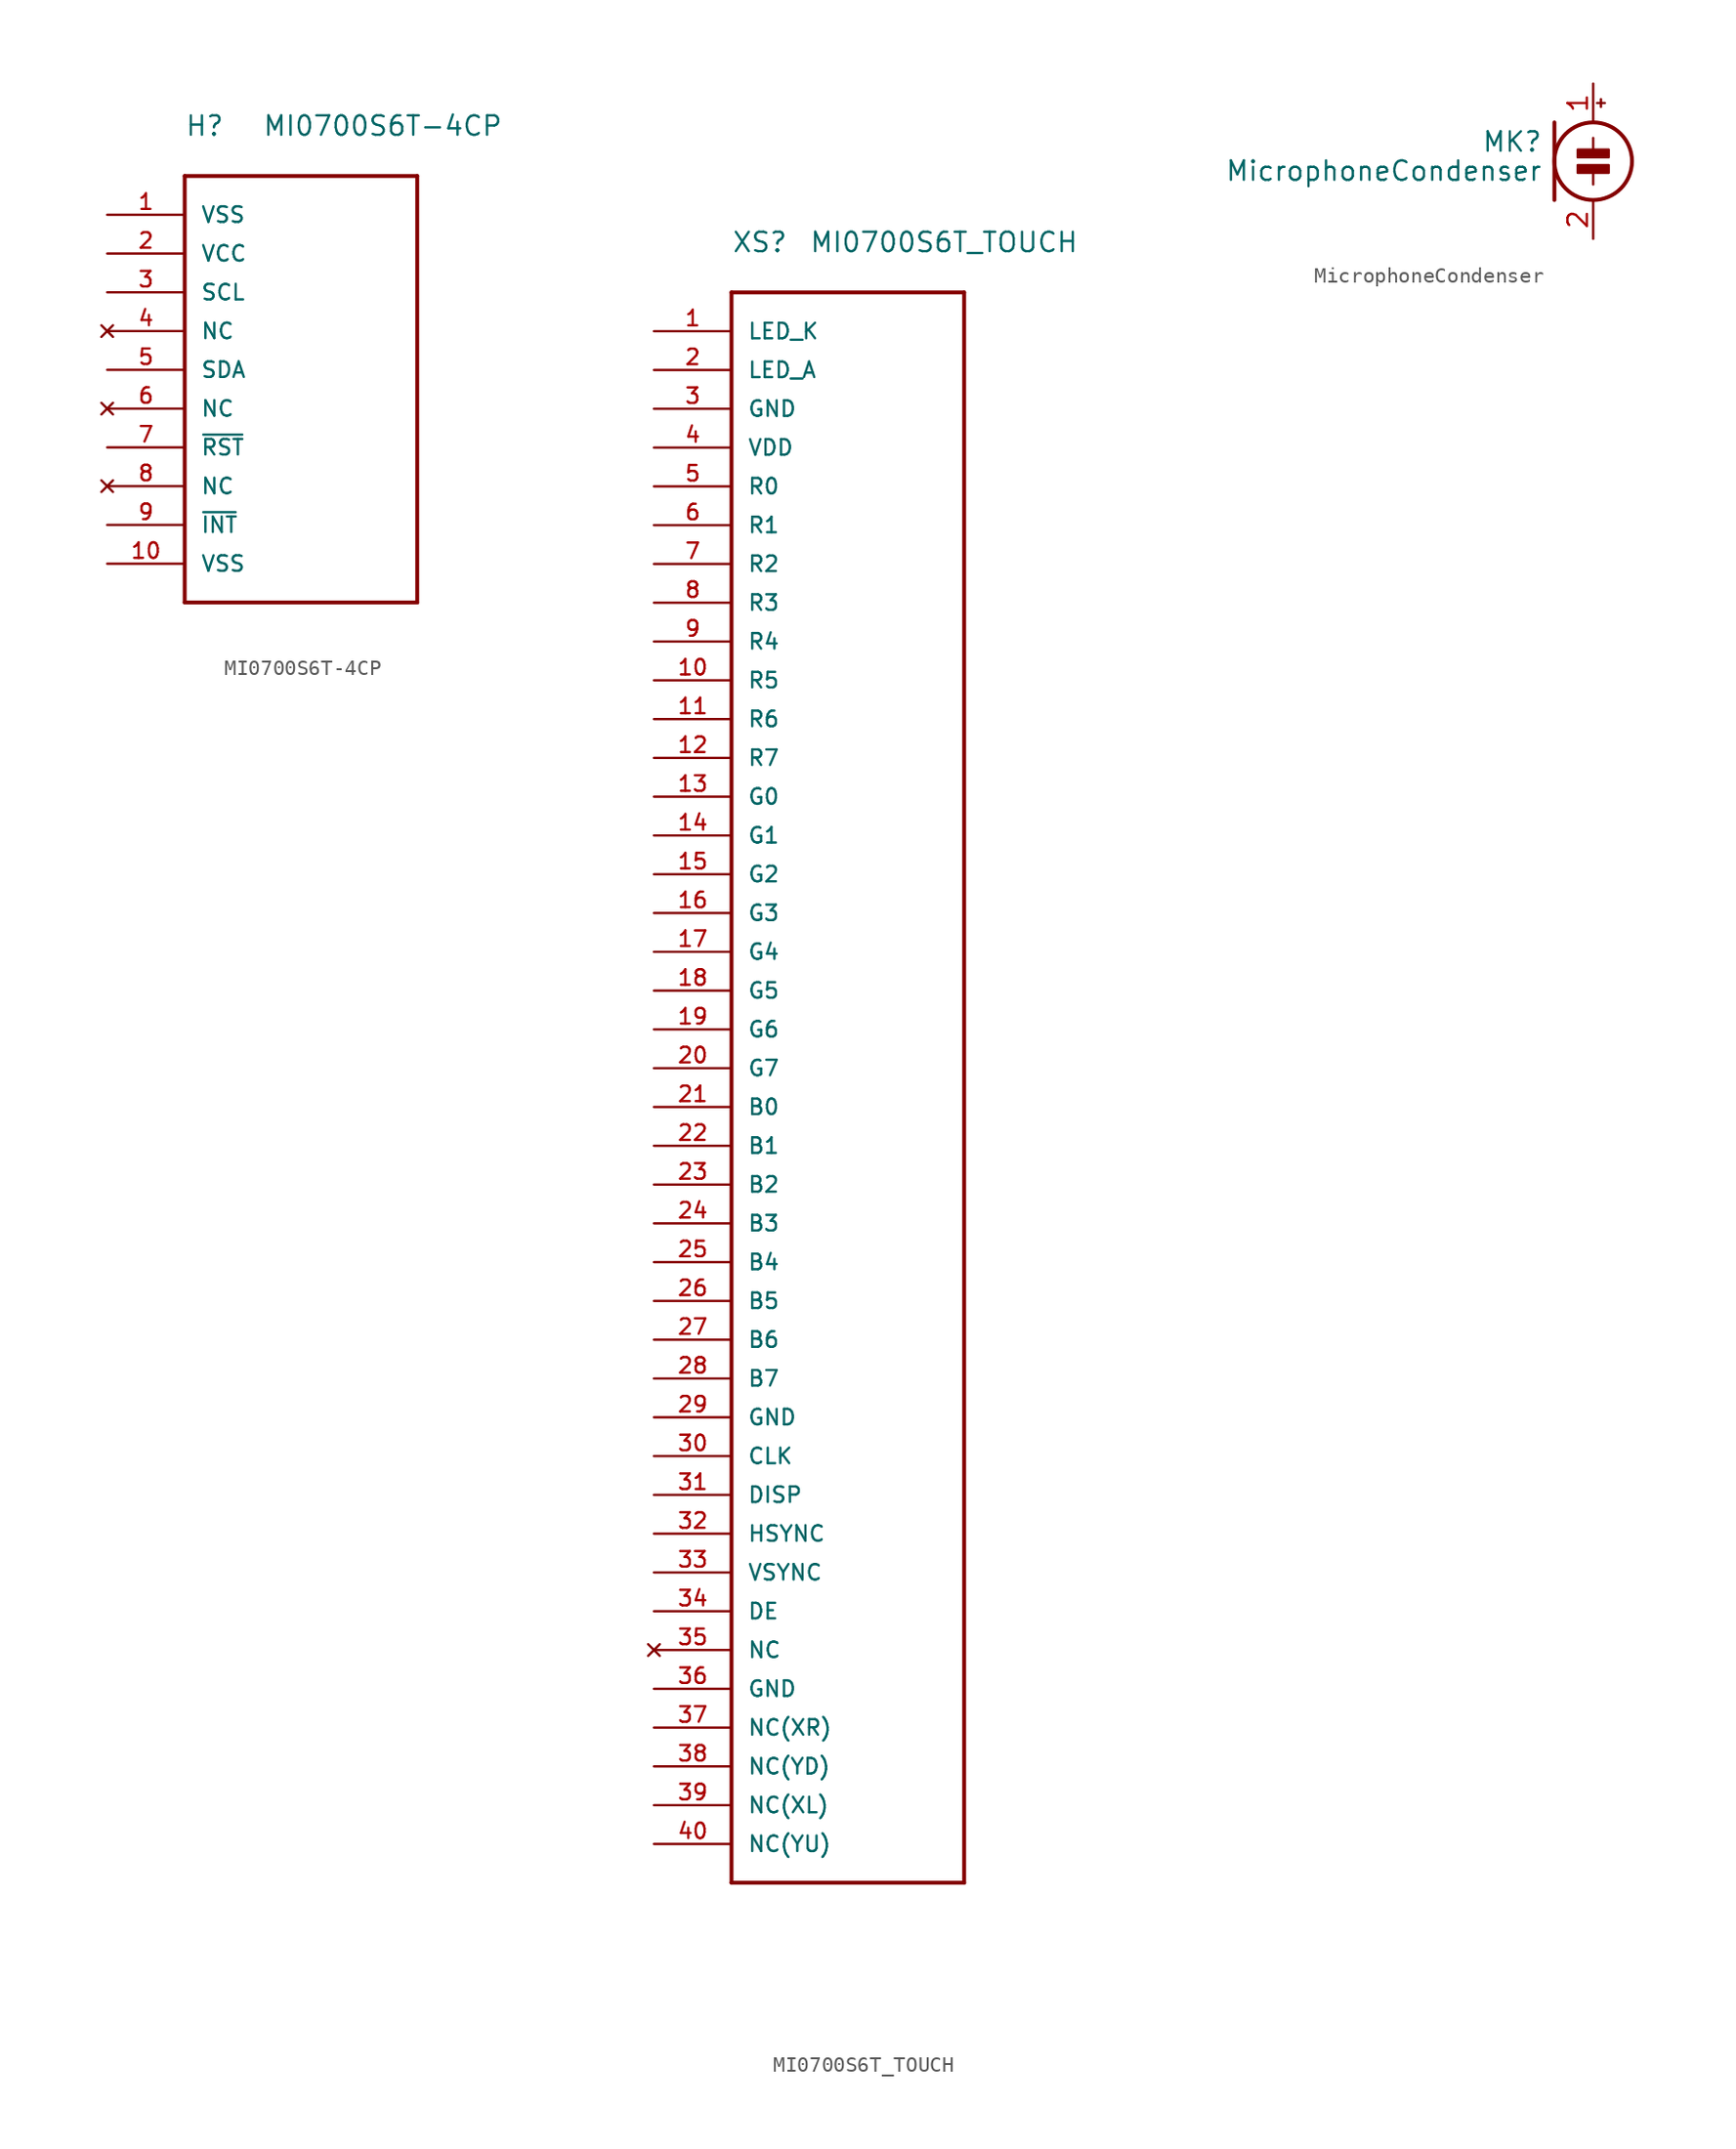
<source format=kicad_sym>
(kicad_symbol_lib
  (version 20220914)
  (generator kicad_symbol_editor)
  (symbol "MI0700S6T-4CP"
    (pin_names
      (offset 1.016))
    (property "Reference" "H"
      (at 0 2.54 0)
      (effects (font (size 1.27 1.27)) (justify left bottom)))
    (property "Value" "MI0700S6T-4CP"
      (at 5.08 2.54 0)
      (effects (font (size 1.27 1.27)) (justify left bottom)))
    (symbol "MI0700S6T-4CP_1_0"
      (polyline (pts (xy 0 -27.94) (xy 0 0)) (stroke (width 0.254) (type solid)) (fill (type none)))
      (polyline (pts (xy 0 0) (xy 15.24 0)) (stroke (width 0.254) (type solid)) (fill (type none)))
      (polyline (pts (xy 15.24 -27.94) (xy 0 -27.94)) (stroke (width 0.254) (type solid)) (fill (type none)))
      (polyline (pts (xy 15.24 0) (xy 15.24 -27.94)) (stroke (width 0.254) (type solid)) (fill (type none)))
      (pin power_in line (at -5.08 -2.54 0) (length 5.08) (name "VSS" (effects (font (size 1.016 1.016)))) (number "1" (effects (font (size 1.016 1.016)))))
      (pin power_in line (at -5.08 -25.4 0) (length 5.08) (name "VSS" (effects (font (size 1.016 1.016)))) (number "10" (effects (font (size 1.016 1.016)))))
      (pin power_in line (at -5.08 -5.08 0) (length 5.08) (name "VCC" (effects (font (size 1.016 1.016)))) (number "2" (effects (font (size 1.016 1.016)))))
      (pin input line (at -5.08 -7.62 0) (length 5.08) (name "SCL" (effects (font (size 1.016 1.016)))) (number "3" (effects (font (size 1.016 1.016)))))
      (pin no_connect line (at -5.08 -10.16 0) (length 5.08) (name "NC" (effects (font (size 1.016 1.016)))) (number "4" (effects (font (size 1.016 1.016)))))
      (pin bidirectional line (at -5.08 -12.7 0) (length 5.08) (name "SDA" (effects (font (size 1.016 1.016)))) (number "5" (effects (font (size 1.016 1.016)))))
      (pin no_connect line (at -5.08 -15.24 0) (length 5.08) (name "NC" (effects (font (size 1.016 1.016)))) (number "6" (effects (font (size 1.016 1.016)))))
      (pin input line (at -5.08 -17.78 0) (length 5.08) (name "~{RST}" (effects (font (size 1.016 1.016)))) (number "7" (effects (font (size 1.016 1.016)))))
      (pin no_connect line (at -5.08 -20.32 0) (length 5.08) (name "NC" (effects (font (size 1.016 1.016)))) (number "8" (effects (font (size 1.016 1.016)))))
      (pin input line (at -5.08 -22.86 0) (length 5.08) (name "~{INT}" (effects (font (size 1.016 1.016)))) (number "9" (effects (font (size 1.016 1.016)))))))
  (symbol "MI0700S6T_TOUCH"
    (pin_names
      (offset 1.016))
    (property "Reference" "XS"
      (at 0 2.54 0)
      (effects (font (size 1.27 1.27)) (justify left bottom)))
    (property "Value" "MI0700S6T_TOUCH"
      (at 5.08 2.54 0)
      (effects (font (size 1.27 1.27)) (justify left bottom)))
    (symbol "MI0700S6T_TOUCH_1_0"
      (polyline (pts (xy 0 -104.14) (xy 0 0)) (stroke (width 0.254) (type solid)) (fill (type none)))
      (polyline (pts (xy 0 0) (xy 15.24 0)) (stroke (width 0.254) (type solid)) (fill (type none)))
      (polyline (pts (xy 15.24 -104.14) (xy 0 -104.14)) (stroke (width 0.254) (type solid)) (fill (type none)))
      (polyline (pts (xy 15.24 0) (xy 15.24 -104.14)) (stroke (width 0.254) (type solid)) (fill (type none)))
      (pin power_in line (at -5.08 -2.54 0) (length 5.08) (name "LED_K" (effects (font (size 1.016 1.016)))) (number "1" (effects (font (size 1.016 1.016)))))
      (pin input line (at -5.08 -25.4 0) (length 5.08) (name "R5" (effects (font (size 1.016 1.016)))) (number "10" (effects (font (size 1.016 1.016)))))
      (pin input line (at -5.08 -27.94 0) (length 5.08) (name "R6" (effects (font (size 1.016 1.016)))) (number "11" (effects (font (size 1.016 1.016)))))
      (pin input line (at -5.08 -30.48 0) (length 5.08) (name "R7" (effects (font (size 1.016 1.016)))) (number "12" (effects (font (size 1.016 1.016)))))
      (pin input line (at -5.08 -33.02 0) (length 5.08) (name "G0" (effects (font (size 1.016 1.016)))) (number "13" (effects (font (size 1.016 1.016)))))
      (pin input line (at -5.08 -35.56 0) (length 5.08) (name "G1" (effects (font (size 1.016 1.016)))) (number "14" (effects (font (size 1.016 1.016)))))
      (pin input line (at -5.08 -38.1 0) (length 5.08) (name "G2" (effects (font (size 1.016 1.016)))) (number "15" (effects (font (size 1.016 1.016)))))
      (pin input line (at -5.08 -40.64 0) (length 5.08) (name "G3" (effects (font (size 1.016 1.016)))) (number "16" (effects (font (size 1.016 1.016)))))
      (pin input line (at -5.08 -43.18 0) (length 5.08) (name "G4" (effects (font (size 1.016 1.016)))) (number "17" (effects (font (size 1.016 1.016)))))
      (pin input line (at -5.08 -45.72 0) (length 5.08) (name "G5" (effects (font (size 1.016 1.016)))) (number "18" (effects (font (size 1.016 1.016)))))
      (pin input line (at -5.08 -48.26 0) (length 5.08) (name "G6" (effects (font (size 1.016 1.016)))) (number "19" (effects (font (size 1.016 1.016)))))
      (pin power_in line (at -5.08 -5.08 0) (length 5.08) (name "LED_A" (effects (font (size 1.016 1.016)))) (number "2" (effects (font (size 1.016 1.016)))))
      (pin input line (at -5.08 -50.8 0) (length 5.08) (name "G7" (effects (font (size 1.016 1.016)))) (number "20" (effects (font (size 1.016 1.016)))))
      (pin input line (at -5.08 -53.34 0) (length 5.08) (name "B0" (effects (font (size 1.016 1.016)))) (number "21" (effects (font (size 1.016 1.016)))))
      (pin input line (at -5.08 -55.88 0) (length 5.08) (name "B1" (effects (font (size 1.016 1.016)))) (number "22" (effects (font (size 1.016 1.016)))))
      (pin input line (at -5.08 -58.42 0) (length 5.08) (name "B2" (effects (font (size 1.016 1.016)))) (number "23" (effects (font (size 1.016 1.016)))))
      (pin input line (at -5.08 -60.96 0) (length 5.08) (name "B3" (effects (font (size 1.016 1.016)))) (number "24" (effects (font (size 1.016 1.016)))))
      (pin input line (at -5.08 -63.5 0) (length 5.08) (name "B4" (effects (font (size 1.016 1.016)))) (number "25" (effects (font (size 1.016 1.016)))))
      (pin input line (at -5.08 -66.04 0) (length 5.08) (name "B5" (effects (font (size 1.016 1.016)))) (number "26" (effects (font (size 1.016 1.016)))))
      (pin input line (at -5.08 -68.58 0) (length 5.08) (name "B6" (effects (font (size 1.016 1.016)))) (number "27" (effects (font (size 1.016 1.016)))))
      (pin input line (at -5.08 -71.12 0) (length 5.08) (name "B7" (effects (font (size 1.016 1.016)))) (number "28" (effects (font (size 1.016 1.016)))))
      (pin power_in line (at -5.08 -73.66 0) (length 5.08) (name "GND" (effects (font (size 1.016 1.016)))) (number "29" (effects (font (size 1.016 1.016)))))
      (pin power_in line (at -5.08 -7.62 0) (length 5.08) (name "GND" (effects (font (size 1.016 1.016)))) (number "3" (effects (font (size 1.016 1.016)))))
      (pin input line (at -5.08 -76.2 0) (length 5.08) (name "CLK" (effects (font (size 1.016 1.016)))) (number "30" (effects (font (size 1.016 1.016)))))
      (pin input line (at -5.08 -78.74 0) (length 5.08) (name "DISP" (effects (font (size 1.016 1.016)))) (number "31" (effects (font (size 1.016 1.016)))))
      (pin input line (at -5.08 -81.28 0) (length 5.08) (name "HSYNC" (effects (font (size 1.016 1.016)))) (number "32" (effects (font (size 1.016 1.016)))))
      (pin power_in line (at -5.08 -10.16 0) (length 5.08) (name "VDD" (effects (font (size 1.016 1.016)))) (number "4" (effects (font (size 1.016 1.016)))))
      (pin input line (at -5.08 -12.7 0) (length 5.08) (name "R0" (effects (font (size 1.016 1.016)))) (number "5" (effects (font (size 1.016 1.016)))))
      (pin input line (at -5.08 -15.24 0) (length 5.08) (name "R1" (effects (font (size 1.016 1.016)))) (number "6" (effects (font (size 1.016 1.016)))))
      (pin input line (at -5.08 -17.78 0) (length 5.08) (name "R2" (effects (font (size 1.016 1.016)))) (number "7" (effects (font (size 1.016 1.016)))))
      (pin input line (at -5.08 -20.32 0) (length 5.08) (name "R3" (effects (font (size 1.016 1.016)))) (number "8" (effects (font (size 1.016 1.016)))))
      (pin input line (at -5.08 -22.86 0) (length 5.08) (name "R4" (effects (font (size 1.016 1.016)))) (number "9" (effects (font (size 1.016 1.016))))))
    (symbol "MI0700S6T_TOUCH_1_1"
      (pin input line (at -5.08 -83.82 0) (length 5.08) (name "VSYNC" (effects (font (size 1.016 1.016)))) (number "33" (effects (font (size 1.016 1.016)))))
      (pin input line (at -5.08 -86.36 0) (length 5.08) (name "DE" (effects (font (size 1.016 1.016)))) (number "34" (effects (font (size 1.016 1.016)))))
      (pin no_connect line (at -5.08 -88.9 0) (length 5.08) (name "NC" (effects (font (size 1.016 1.016)))) (number "35" (effects (font (size 1.016 1.016)))))
      (pin power_in line (at -5.08 -91.44 0) (length 5.08) (name "GND" (effects (font (size 1.016 1.016)))) (number "36" (effects (font (size 1.016 1.016)))))
      (pin passive line (at -5.08 -93.98 0) (length 5.08) (name "NC(XR)" (effects (font (size 1.016 1.016)))) (number "37" (effects (font (size 1.016 1.016)))))
      (pin passive line (at -5.08 -96.52 0) (length 5.08) (name "NC(YD)" (effects (font (size 1.016 1.016)))) (number "38" (effects (font (size 1.016 1.016)))))
      (pin passive line (at -5.08 -99.06 0) (length 5.08) (name "NC(XL)" (effects (font (size 1.016 1.016)))) (number "39" (effects (font (size 1.016 1.016)))))
      (pin passive line (at -5.08 -101.6 0) (length 5.08) (name "NC(YU)" (effects (font (size 1.016 1.016)))) (number "40" (effects (font (size 1.016 1.016)))))))
  (symbol "MicrophoneCondenser"
    (pin_names
      (offset 0.025) hide)
    (property "Reference" "MK"
      (at -3.302 1.27 0)
      (effects (font (size 1.27 1.27)) (justify right)))
    (property "Value" "MicrophoneCondenser"
      (at -3.302 -0.635 0)
      (effects (font (size 1.27 1.27)) (justify right)))
    (symbol "MicrophoneCondenser_0_1"
      (polyline (pts (xy -2.54 2.54) (xy -2.54 -2.54)) (stroke (width 0.254) (type solid)) (fill (type none)))
      (polyline (pts (xy 0 -0.762) (xy 0 -1.524)) (stroke (width 0) (type solid)) (fill (type none)))
      (polyline (pts (xy 0 0.762) (xy 0 1.524)) (stroke (width 0) (type solid)) (fill (type none)))
      (polyline (pts (xy 0.254 3.81) (xy 0.762 3.81)) (stroke (width 0) (type solid)) (fill (type none)))
      (polyline (pts (xy 0.508 4.064) (xy 0.508 3.556)) (stroke (width 0) (type solid)) (fill (type none)))
      (circle (center 0 0) (radius 2.54) (stroke (width 0.254) (type solid)) (fill (type none)))
      (rectangle (start 1.016 -0.254) (end -1.016 -0.762) (stroke (width 0) (type solid)) (fill (type outline)))
      (rectangle (start 1.016 0.762) (end -1.016 0.254) (stroke (width 0) (type solid)) (fill (type outline))))
    (symbol "MicrophoneCondenser_1_1"
      (pin passive line (at 0 5.08 270) (length 2.54) (name "+" (effects (font (size 1.27 1.27)))) (number "1" (effects (font (size 1.27 1.27)))))
      (pin passive line (at 0 -5.08 90) (length 2.54) (name "-" (effects (font (size 1.27 1.27)))) (number "2" (effects (font (size 1.27 1.27))))))))
</source>
